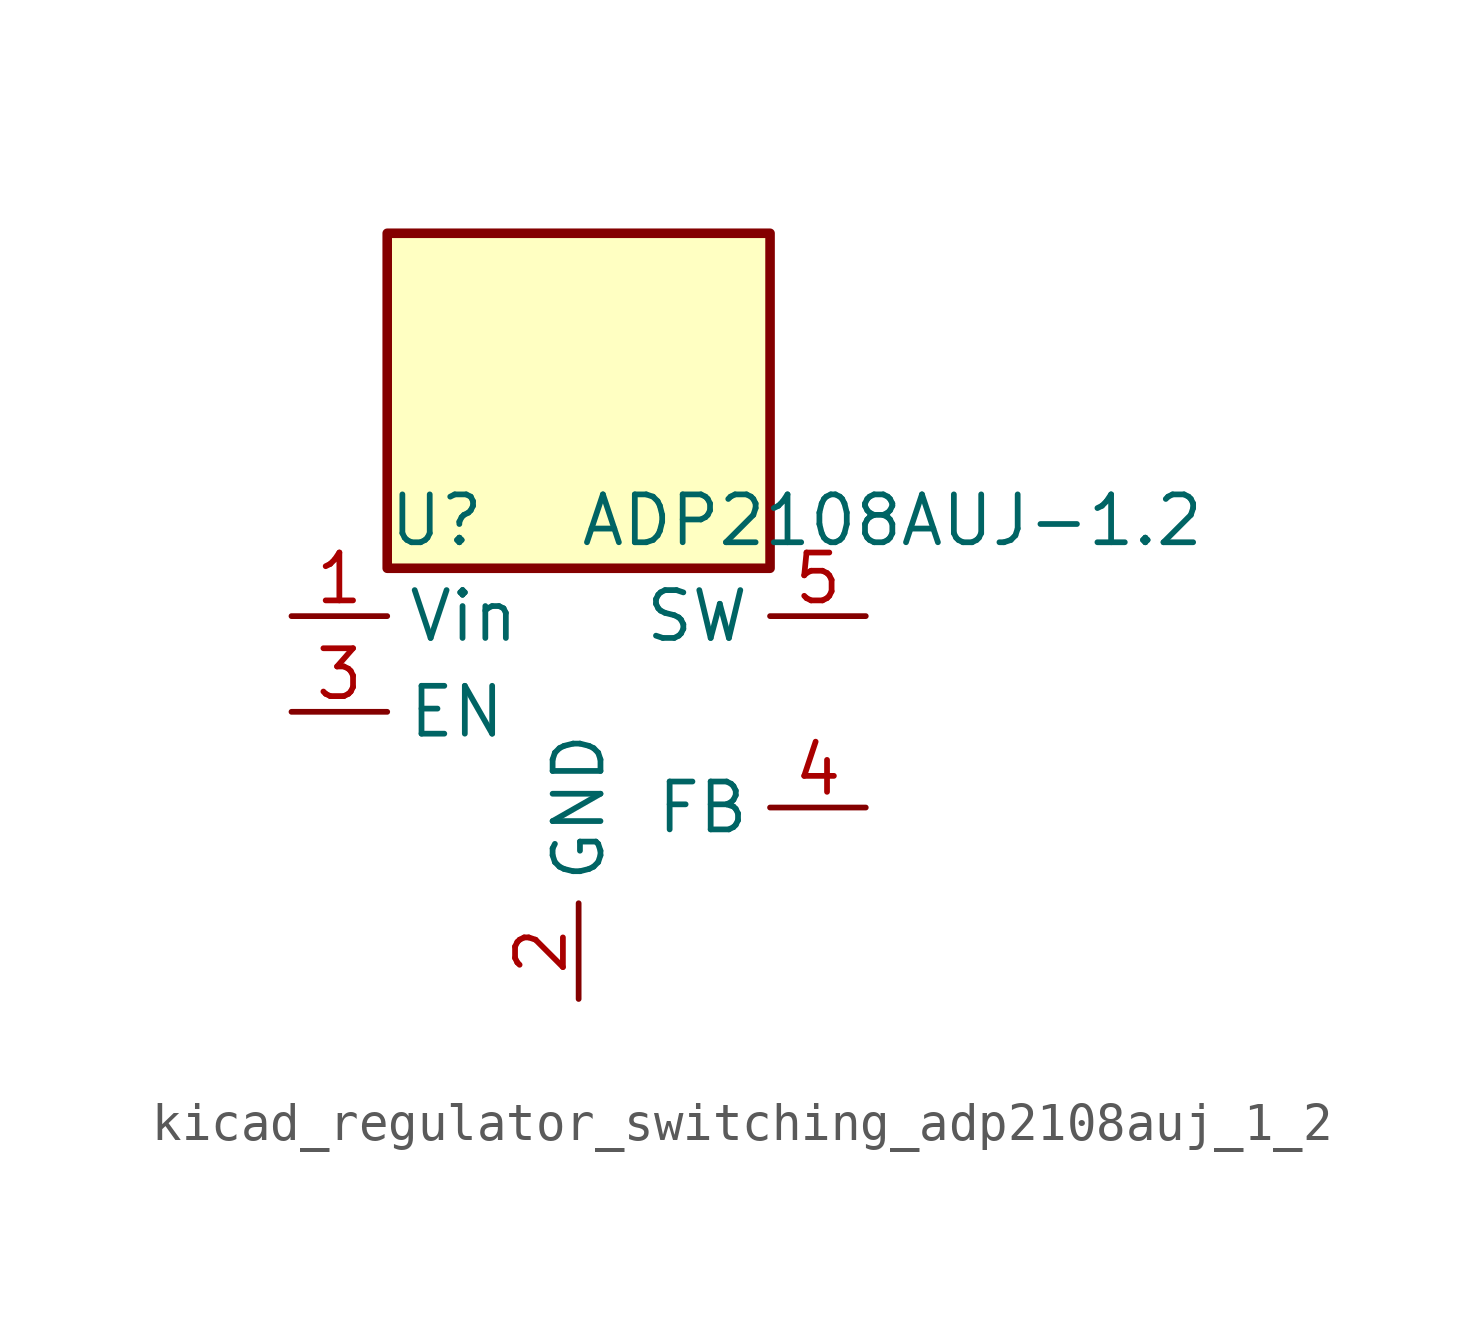
<source format=kicad_sym>
(kicad_symbol_lib
  (version 20220914)
  (generator kicad_symbol_editor)
  (symbol "kicad_regulator_switching_adp2108auj_1_2"
    (property "Reference" "U"
      (at -5.08 5.08 0)
      (effects (font (size 1.27 1.27)) (justify left)))
    (property "Value" "ADP2108AUJ-1.2"
      (at 0 5.08 0)
      (effects (font (size 1.27 1.27)) (justify left)))
    (symbol "kicad_regulator_switching_adp2108auj_1_2_0_1"
      (rectangle (start 5.08 12.7) (end -5.08 3.81) (stroke (width 0.254) (type default)) (fill (type background))))
    (symbol "kicad_regulator_switching_adp2108auj_1_2_1_1"
      (pin power_in line (at -7.62 2.54 0) (length 2.54) (name "Vin" (effects (font (size 1.27 1.27)))) (number "1" (effects (font (size 1.27 1.27)))))
      (pin power_in line (at 0 -7.62 90) (length 2.54) (name "GND" (effects (font (size 1.27 1.27)))) (number "2" (effects (font (size 1.27 1.27)))))
      (pin input line (at -7.62 0 0) (length 2.54) (name "EN" (effects (font (size 1.27 1.27)))) (number "3" (effects (font (size 1.27 1.27)))))
      (pin input line (at 7.62 -2.54 180) (length 2.54) (name "FB" (effects (font (size 1.27 1.27)))) (number "4" (effects (font (size 1.27 1.27)))))
      (pin input line (at 7.62 2.54 180) (length 2.54) (name "SW" (effects (font (size 1.27 1.27)))) (number "5" (effects (font (size 1.27 1.27))))))))
</source>
